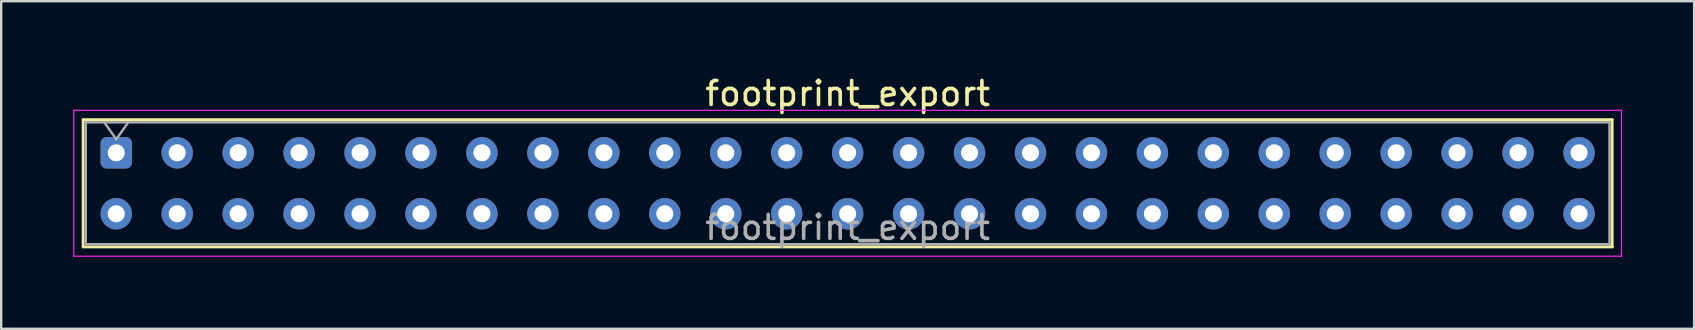
<source format=kicad_pcb>
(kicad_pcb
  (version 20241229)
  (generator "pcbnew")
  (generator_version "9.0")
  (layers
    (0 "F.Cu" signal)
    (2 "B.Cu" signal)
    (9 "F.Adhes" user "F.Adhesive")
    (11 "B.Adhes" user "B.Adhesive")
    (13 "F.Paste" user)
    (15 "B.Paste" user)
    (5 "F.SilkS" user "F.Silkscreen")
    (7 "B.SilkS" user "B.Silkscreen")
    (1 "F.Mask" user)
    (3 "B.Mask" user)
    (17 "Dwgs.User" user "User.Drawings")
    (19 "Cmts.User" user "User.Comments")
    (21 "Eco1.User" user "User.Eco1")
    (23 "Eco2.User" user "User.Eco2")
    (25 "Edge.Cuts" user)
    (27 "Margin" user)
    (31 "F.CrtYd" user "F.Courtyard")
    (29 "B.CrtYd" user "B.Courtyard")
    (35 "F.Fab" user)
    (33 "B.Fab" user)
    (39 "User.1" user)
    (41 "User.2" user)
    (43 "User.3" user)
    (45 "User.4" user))
  (footprint "footprint_export"
    (layer "F.Cu")
    (at 1.795 3.318)
    (property "Reference" "footprint_export" (at 30.48 -2.47 0) (layer "F.SilkS") (effects (font (size 1 1) (thickness 0.15))))
    (attr through_hole)
    (fp_line (start -1.38 -1.38) (end 62.34 -1.38) (stroke (width 0.12) (type solid)) (layer "F.SilkS"))
    (fp_line (start -1.38 3.92) (end -1.38 -1.38) (stroke (width 0.12) (type solid)) (layer "F.SilkS"))
    (fp_line (start 62.34 -1.38) (end 62.34 3.92) (stroke (width 0.12) (type solid)) (layer "F.SilkS"))
    (fp_line (start 62.34 3.92) (end -1.38 3.92) (stroke (width 0.12) (type solid)) (layer "F.SilkS"))
    (fp_line (start -1.77 -1.77) (end 62.73 -1.77) (stroke (width 0.05) (type solid)) (layer "F.CrtYd"))
    (fp_line (start -1.77 4.31) (end -1.77 -1.77) (stroke (width 0.05) (type solid)) (layer "F.CrtYd"))
    (fp_line (start 62.73 -1.77) (end 62.73 4.31) (stroke (width 0.05) (type solid)) (layer "F.CrtYd"))
    (fp_line (start 62.73 4.31) (end -1.77 4.31) (stroke (width 0.05) (type solid)) (layer "F.CrtYd"))
    (fp_line (start -1.27 -1.27) (end 62.23 -1.27) (stroke (width 0.1) (type solid)) (layer "F.Fab"))
    (fp_line (start -1.27 3.81) (end -1.27 -1.27) (stroke (width 0.1) (type solid)) (layer "F.Fab"))
    (fp_line (start -0.5 -1.27) (end 0 -0.563) (stroke (width 0.1) (type solid)) (layer "F.Fab"))
    (fp_line (start 0 -0.563) (end 0.5 -1.27) (stroke (width 0.1) (type solid)) (layer "F.Fab"))
    (fp_line (start 62.23 -1.27) (end 62.23 3.81) (stroke (width 0.1) (type solid)) (layer "F.Fab"))
    (fp_line (start 62.23 3.81) (end -1.27 3.81) (stroke (width 0.1) (type solid)) (layer "F.Fab"))
    (fp_text user "${REFERENCE}" (at 30.48 3.11 0) (layer "F.Fab") (effects (font (size 1 1) (thickness 0.15))))
    (pad "1" thru_hole roundrect (at 0 0) (size 1.31 1.31) (drill 0.71) (layers "*.Cu" "*.Mask") (roundrect_rratio 0.191))
    (pad "2" thru_hole circle (at 0 2.54) (size 1.31 1.31) (drill 0.71) (layers "*.Cu" "*.Mask"))
    (pad "3" thru_hole circle (at 2.54 0) (size 1.31 1.31) (drill 0.71) (layers "*.Cu" "*.Mask"))
    (pad "4" thru_hole circle (at 2.54 2.54) (size 1.31 1.31) (drill 0.71) (layers "*.Cu" "*.Mask"))
    (pad "5" thru_hole circle (at 5.08 0) (size 1.31 1.31) (drill 0.71) (layers "*.Cu" "*.Mask"))
    (pad "6" thru_hole circle (at 5.08 2.54) (size 1.31 1.31) (drill 0.71) (layers "*.Cu" "*.Mask"))
    (pad "7" thru_hole circle (at 7.62 0) (size 1.31 1.31) (drill 0.71) (layers "*.Cu" "*.Mask"))
    (pad "8" thru_hole circle (at 7.62 2.54) (size 1.31 1.31) (drill 0.71) (layers "*.Cu" "*.Mask"))
    (pad "9" thru_hole circle (at 10.16 0) (size 1.31 1.31) (drill 0.71) (layers "*.Cu" "*.Mask"))
    (pad "10" thru_hole circle (at 10.16 2.54) (size 1.31 1.31) (drill 0.71) (layers "*.Cu" "*.Mask"))
    (pad "11" thru_hole circle (at 12.7 0) (size 1.31 1.31) (drill 0.71) (layers "*.Cu" "*.Mask"))
    (pad "12" thru_hole circle (at 12.7 2.54) (size 1.31 1.31) (drill 0.71) (layers "*.Cu" "*.Mask"))
    (pad "13" thru_hole circle (at 15.24 0) (size 1.31 1.31) (drill 0.71) (layers "*.Cu" "*.Mask"))
    (pad "14" thru_hole circle (at 15.24 2.54) (size 1.31 1.31) (drill 0.71) (layers "*.Cu" "*.Mask"))
    (pad "15" thru_hole circle (at 17.78 0) (size 1.31 1.31) (drill 0.71) (layers "*.Cu" "*.Mask"))
    (pad "16" thru_hole circle (at 17.78 2.54) (size 1.31 1.31) (drill 0.71) (layers "*.Cu" "*.Mask"))
    (pad "17" thru_hole circle (at 20.32 0) (size 1.31 1.31) (drill 0.71) (layers "*.Cu" "*.Mask"))
    (pad "18" thru_hole circle (at 20.32 2.54) (size 1.31 1.31) (drill 0.71) (layers "*.Cu" "*.Mask"))
    (pad "19" thru_hole circle (at 22.86 0) (size 1.31 1.31) (drill 0.71) (layers "*.Cu" "*.Mask"))
    (pad "20" thru_hole circle (at 22.86 2.54) (size 1.31 1.31) (drill 0.71) (layers "*.Cu" "*.Mask"))
    (pad "21" thru_hole circle (at 25.4 0) (size 1.31 1.31) (drill 0.71) (layers "*.Cu" "*.Mask"))
    (pad "22" thru_hole circle (at 25.4 2.54) (size 1.31 1.31) (drill 0.71) (layers "*.Cu" "*.Mask"))
    (pad "23" thru_hole circle (at 27.94 0) (size 1.31 1.31) (drill 0.71) (layers "*.Cu" "*.Mask"))
    (pad "24" thru_hole circle (at 27.94 2.54) (size 1.31 1.31) (drill 0.71) (layers "*.Cu" "*.Mask"))
    (pad "25" thru_hole circle (at 30.48 0) (size 1.31 1.31) (drill 0.71) (layers "*.Cu" "*.Mask"))
    (pad "26" thru_hole circle (at 30.48 2.54) (size 1.31 1.31) (drill 0.71) (layers "*.Cu" "*.Mask"))
    (pad "27" thru_hole circle (at 33.02 0) (size 1.31 1.31) (drill 0.71) (layers "*.Cu" "*.Mask"))
    (pad "28" thru_hole circle (at 33.02 2.54) (size 1.31 1.31) (drill 0.71) (layers "*.Cu" "*.Mask"))
    (pad "29" thru_hole circle (at 35.56 0) (size 1.31 1.31) (drill 0.71) (layers "*.Cu" "*.Mask"))
    (pad "30" thru_hole circle (at 35.56 2.54) (size 1.31 1.31) (drill 0.71) (layers "*.Cu" "*.Mask"))
    (pad "31" thru_hole circle (at 38.1 0) (size 1.31 1.31) (drill 0.71) (layers "*.Cu" "*.Mask"))
    (pad "32" thru_hole circle (at 38.1 2.54) (size 1.31 1.31) (drill 0.71) (layers "*.Cu" "*.Mask"))
    (pad "33" thru_hole circle (at 40.64 0) (size 1.31 1.31) (drill 0.71) (layers "*.Cu" "*.Mask"))
    (pad "34" thru_hole circle (at 40.64 2.54) (size 1.31 1.31) (drill 0.71) (layers "*.Cu" "*.Mask"))
    (pad "35" thru_hole circle (at 43.18 0) (size 1.31 1.31) (drill 0.71) (layers "*.Cu" "*.Mask"))
    (pad "36" thru_hole circle (at 43.18 2.54) (size 1.31 1.31) (drill 0.71) (layers "*.Cu" "*.Mask"))
    (pad "37" thru_hole circle (at 45.72 0) (size 1.31 1.31) (drill 0.71) (layers "*.Cu" "*.Mask"))
    (pad "38" thru_hole circle (at 45.72 2.54) (size 1.31 1.31) (drill 0.71) (layers "*.Cu" "*.Mask"))
    (pad "39" thru_hole circle (at 48.26 0) (size 1.31 1.31) (drill 0.71) (layers "*.Cu" "*.Mask"))
    (pad "40" thru_hole circle (at 48.26 2.54) (size 1.31 1.31) (drill 0.71) (layers "*.Cu" "*.Mask"))
    (pad "41" thru_hole circle (at 50.8 0) (size 1.31 1.31) (drill 0.71) (layers "*.Cu" "*.Mask"))
    (pad "42" thru_hole circle (at 50.8 2.54) (size 1.31 1.31) (drill 0.71) (layers "*.Cu" "*.Mask"))
    (pad "43" thru_hole circle (at 53.34 0) (size 1.31 1.31) (drill 0.71) (layers "*.Cu" "*.Mask"))
    (pad "44" thru_hole circle (at 53.34 2.54) (size 1.31 1.31) (drill 0.71) (layers "*.Cu" "*.Mask"))
    (pad "45" thru_hole circle (at 55.88 0) (size 1.31 1.31) (drill 0.71) (layers "*.Cu" "*.Mask"))
    (pad "46" thru_hole circle (at 55.88 2.54) (size 1.31 1.31) (drill 0.71) (layers "*.Cu" "*.Mask"))
    (pad "47" thru_hole circle (at 58.42 0) (size 1.31 1.31) (drill 0.71) (layers "*.Cu" "*.Mask"))
    (pad "48" thru_hole circle (at 58.42 2.54) (size 1.31 1.31) (drill 0.71) (layers "*.Cu" "*.Mask"))
    (pad "49" thru_hole circle (at 60.96 0) (size 1.31 1.31) (drill 0.71) (layers "*.Cu" "*.Mask"))
    (pad "50" thru_hole circle (at 60.96 2.54) (size 1.31 1.31) (drill 0.71) (layers "*.Cu" "*.Mask")))
  (gr_rect
    (start -3 -3)
    (end 67.55 10.653)
    (stroke (width 0.1) (type default))
    (fill no)
    (layer "Edge.Cuts")))
</source>
